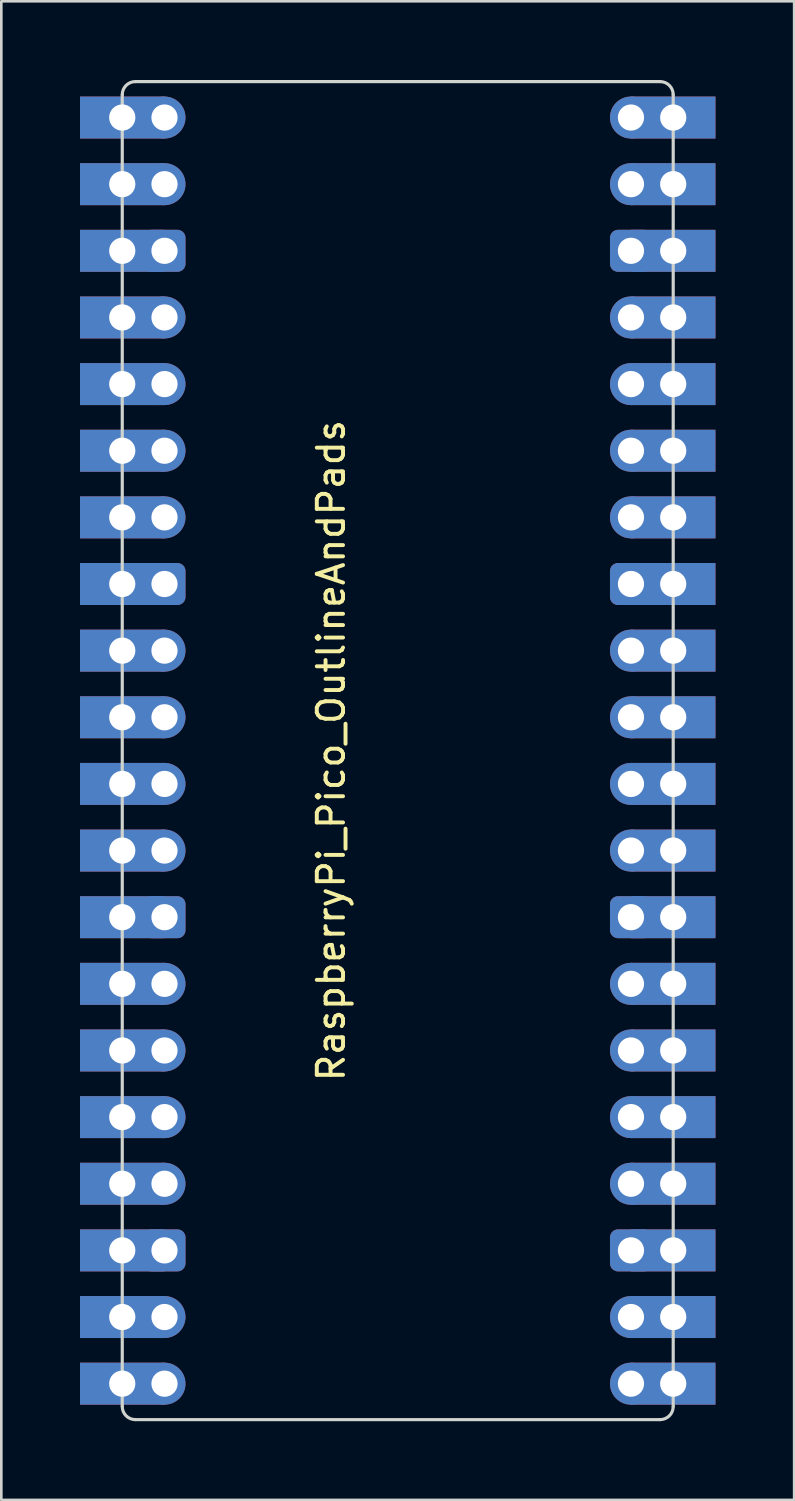
<source format=kicad_pcb>
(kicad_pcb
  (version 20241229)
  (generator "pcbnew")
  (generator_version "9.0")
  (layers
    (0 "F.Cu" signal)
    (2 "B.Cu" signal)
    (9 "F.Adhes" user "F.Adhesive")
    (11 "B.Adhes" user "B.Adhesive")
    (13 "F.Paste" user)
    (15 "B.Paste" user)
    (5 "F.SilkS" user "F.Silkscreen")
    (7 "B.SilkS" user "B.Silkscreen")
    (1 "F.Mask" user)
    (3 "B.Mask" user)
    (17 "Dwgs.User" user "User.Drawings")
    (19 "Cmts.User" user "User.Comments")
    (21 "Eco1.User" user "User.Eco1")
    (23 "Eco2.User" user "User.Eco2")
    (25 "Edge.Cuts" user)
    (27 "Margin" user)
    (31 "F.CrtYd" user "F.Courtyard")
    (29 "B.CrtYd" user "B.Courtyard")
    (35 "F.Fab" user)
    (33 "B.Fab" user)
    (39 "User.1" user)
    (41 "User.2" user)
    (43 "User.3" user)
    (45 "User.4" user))
  (footprint "RaspberryPi_Pico_OutlineAndPads"
    (layer "F.Cu")
    (at 12.11 25.56)
    (property "Reference" "RaspberryPi_Pico_OutlineAndPads" (at -2.54 0 90) (unlocked yes) (layer "F.SilkS") (effects (font (size 1 1) (thickness 0.15))))
    (attr through_hole)
    (fp_line (start -10.5 -25) (end -10.5 25) (stroke (width 0.12) (type solid)) (layer "Edge.Cuts"))
    (fp_line (start -10 25.5) (end 10 25.5) (stroke (width 0.12) (type solid)) (layer "Edge.Cuts"))
    (fp_line (start 10 -25.5) (end -10 -25.5) (stroke (width 0.12) (type solid)) (layer "Edge.Cuts"))
    (fp_line (start 10.5 25) (end 10.5 -25) (stroke (width 0.12) (type solid)) (layer "Edge.Cuts"))
    (fp_arc (start -10.5 -25) (mid -10.353553 -25.353553) (end -10 -25.5) (stroke (width 0.12) (type solid)) (layer "Edge.Cuts"))
    (fp_arc (start -10 25.5) (mid -10.353553 25.353553) (end -10.5 25) (stroke (width 0.12) (type solid)) (layer "Edge.Cuts"))
    (fp_arc (start 10 -25.5) (mid 10.353553 -25.353553) (end 10.5 -25) (stroke (width 0.12) (type solid)) (layer "Edge.Cuts"))
    (fp_arc (start 10.5 25) (mid 10.353553 25.353553) (end 10 25.5) (stroke (width 0.12) (type solid)) (layer "Edge.Cuts"))
    (pad "1" thru_hole rect (at -10.5 -24.13) (size 3.22 1.6) (drill 1) (property pad_prop_castellated) (layers "*.Cu" "*.Mask"))
    (pad "1" thru_hole circle (at -8.89 -24.13) (size 1.6 1.6) (drill 1) (layers "*.Cu" "*.Mask"))
    (pad "2" thru_hole rect (at -10.5 -21.59) (size 3.22 1.6) (drill 1) (property pad_prop_castellated) (layers "*.Cu" "*.Mask"))
    (pad "2" thru_hole circle (at -8.89 -21.59) (size 1.6 1.6) (drill 1) (layers "*.Cu" "*.Mask"))
    (pad "3" thru_hole rect (at -10.5 -19.05) (size 3.22 1.6) (drill 1) (property pad_prop_castellated) (layers "*.Cu" "*.Mask"))
    (pad "3" thru_hole roundrect (at -8.89 -19.05) (size 1.6 1.6) (drill 1) (layers "*.Cu" "*.Mask") (roundrect_rratio 0.188))
    (pad "4" thru_hole rect (at -10.5 -16.51) (size 3.22 1.6) (drill 1) (property pad_prop_castellated) (layers "*.Cu" "*.Mask"))
    (pad "4" thru_hole circle (at -8.89 -16.51) (size 1.6 1.6) (drill 1) (layers "*.Cu" "*.Mask"))
    (pad "5" thru_hole rect (at -10.5 -13.97) (size 3.22 1.6) (drill 1) (property pad_prop_castellated) (layers "*.Cu" "*.Mask"))
    (pad "5" thru_hole circle (at -8.89 -13.97) (size 1.6 1.6) (drill 1) (layers "*.Cu" "*.Mask"))
    (pad "6" thru_hole rect (at -10.5 -11.43) (size 3.22 1.6) (drill 1) (property pad_prop_castellated) (layers "*.Cu" "*.Mask"))
    (pad "6" thru_hole circle (at -8.89 -11.43) (size 1.6 1.6) (drill 1) (layers "*.Cu" "*.Mask"))
    (pad "7" thru_hole rect (at -10.5 -8.89) (size 3.22 1.6) (drill 1) (property pad_prop_castellated) (layers "*.Cu" "*.Mask"))
    (pad "7" thru_hole circle (at -8.89 -8.89) (size 1.6 1.6) (drill 1) (layers "*.Cu" "*.Mask"))
    (pad "8" thru_hole rect (at -10.5 -6.35) (size 3.22 1.6) (drill 1) (property pad_prop_castellated) (layers "*.Cu" "*.Mask"))
    (pad "8" thru_hole roundrect (at -8.89 -6.35) (size 1.6 1.6) (drill 1) (layers "*.Cu" "*.Mask") (roundrect_rratio 0.188))
    (pad "9" thru_hole rect (at -10.5 -3.81) (size 3.22 1.6) (drill 1) (property pad_prop_castellated) (layers "*.Cu" "*.Mask"))
    (pad "9" thru_hole circle (at -8.89 -3.81) (size 1.6 1.6) (drill 1) (layers "*.Cu" "*.Mask"))
    (pad "10" thru_hole rect (at -10.5 -1.27) (size 3.22 1.6) (drill 1) (property pad_prop_castellated) (layers "*.Cu" "*.Mask"))
    (pad "10" thru_hole circle (at -8.89 -1.27) (size 1.6 1.6) (drill 1) (layers "*.Cu" "*.Mask"))
    (pad "11" thru_hole rect (at -10.5 1.27) (size 3.22 1.6) (drill 1) (property pad_prop_castellated) (layers "*.Cu" "*.Mask"))
    (pad "11" thru_hole circle (at -8.89 1.27) (size 1.6 1.6) (drill 1) (layers "*.Cu" "*.Mask"))
    (pad "12" thru_hole rect (at -10.5 3.81) (size 3.22 1.6) (drill 1) (property pad_prop_castellated) (layers "*.Cu" "*.Mask"))
    (pad "12" thru_hole circle (at -8.89 3.81) (size 1.6 1.6) (drill 1) (layers "*.Cu" "*.Mask"))
    (pad "13" thru_hole rect (at -10.5 6.35) (size 3.22 1.6) (drill 1) (property pad_prop_castellated) (layers "*.Cu" "*.Mask"))
    (pad "13" thru_hole roundrect (at -8.89 6.35) (size 1.6 1.6) (drill 1) (layers "*.Cu" "*.Mask") (roundrect_rratio 0.188))
    (pad "14" thru_hole rect (at -10.5 8.89) (size 3.22 1.6) (drill 1) (property pad_prop_castellated) (layers "*.Cu" "*.Mask"))
    (pad "14" thru_hole circle (at -8.89 8.89) (size 1.6 1.6) (drill 1) (layers "*.Cu" "*.Mask"))
    (pad "15" thru_hole rect (at -10.5 11.43) (size 3.22 1.6) (drill 1) (property pad_prop_castellated) (layers "*.Cu" "*.Mask"))
    (pad "15" thru_hole circle (at -8.89 11.43) (size 1.6 1.6) (drill 1) (layers "*.Cu" "*.Mask"))
    (pad "16" thru_hole rect (at -10.5 13.97) (size 3.22 1.6) (drill 1) (property pad_prop_castellated) (layers "*.Cu" "*.Mask"))
    (pad "16" thru_hole circle (at -8.89 13.97) (size 1.6 1.6) (drill 1) (layers "*.Cu" "*.Mask"))
    (pad "17" thru_hole rect (at -10.5 16.51) (size 3.22 1.6) (drill 1) (property pad_prop_castellated) (layers "*.Cu" "*.Mask"))
    (pad "17" thru_hole circle (at -8.89 16.51) (size 1.6 1.6) (drill 1) (layers "*.Cu" "*.Mask"))
    (pad "18" thru_hole rect (at -10.5 19.05) (size 3.22 1.6) (drill 1) (property pad_prop_castellated) (layers "*.Cu" "*.Mask"))
    (pad "18" thru_hole roundrect (at -8.89 19.05) (size 1.6 1.6) (drill 1) (layers "*.Cu" "*.Mask") (roundrect_rratio 0.188))
    (pad "19" thru_hole rect (at -10.5 21.59) (size 3.22 1.6) (drill 1) (property pad_prop_castellated) (layers "*.Cu" "*.Mask"))
    (pad "19" thru_hole circle (at -8.89 21.59) (size 1.6 1.6) (drill 1) (layers "*.Cu" "*.Mask"))
    (pad "20" thru_hole rect (at -10.5 24.13) (size 3.22 1.6) (drill 1) (property pad_prop_castellated) (layers "*.Cu" "*.Mask"))
    (pad "20" thru_hole circle (at -8.89 24.13) (size 1.6 1.6) (drill 1) (layers "*.Cu" "*.Mask"))
    (pad "21" thru_hole circle (at 8.89 24.13) (size 1.6 1.6) (drill 1) (layers "*.Cu" "*.Mask"))
    (pad "21" thru_hole rect (at 10.5 24.13) (size 3.22 1.6) (drill 1) (property pad_prop_castellated) (layers "*.Cu" "*.Mask"))
    (pad "22" thru_hole circle (at 8.89 21.59) (size 1.6 1.6) (drill 1) (layers "*.Cu" "*.Mask"))
    (pad "22" thru_hole rect (at 10.5 21.59) (size 3.22 1.6) (drill 1) (property pad_prop_castellated) (layers "*.Cu" "*.Mask"))
    (pad "23" thru_hole roundrect (at 8.89 19.05) (size 1.6 1.6) (drill 1) (layers "*.Cu" "*.Mask") (roundrect_rratio 0.188))
    (pad "23" thru_hole rect (at 10.5 19.05) (size 3.22 1.6) (drill 1) (property pad_prop_castellated) (layers "*.Cu" "*.Mask"))
    (pad "24" thru_hole circle (at 8.89 16.51) (size 1.6 1.6) (drill 1) (layers "*.Cu" "*.Mask"))
    (pad "24" thru_hole rect (at 10.5 16.51) (size 3.22 1.6) (drill 1) (property pad_prop_castellated) (layers "*.Cu" "*.Mask"))
    (pad "25" thru_hole circle (at 8.89 13.97) (size 1.6 1.6) (drill 1) (layers "*.Cu" "*.Mask"))
    (pad "25" thru_hole rect (at 10.5 13.97) (size 3.22 1.6) (drill 1) (property pad_prop_castellated) (layers "*.Cu" "*.Mask"))
    (pad "26" thru_hole circle (at 8.89 11.43) (size 1.6 1.6) (drill 1) (layers "*.Cu" "*.Mask"))
    (pad "26" thru_hole rect (at 10.5 11.43) (size 3.22 1.6) (drill 1) (property pad_prop_castellated) (layers "*.Cu" "*.Mask"))
    (pad "27" thru_hole circle (at 8.89 8.89) (size 1.6 1.6) (drill 1) (layers "*.Cu" "*.Mask"))
    (pad "27" thru_hole rect (at 10.5 8.89) (size 3.22 1.6) (drill 1) (property pad_prop_castellated) (layers "*.Cu" "*.Mask"))
    (pad "28" thru_hole roundrect (at 8.89 6.35) (size 1.6 1.6) (drill 1) (layers "*.Cu" "*.Mask") (roundrect_rratio 0.188))
    (pad "28" thru_hole rect (at 10.5 6.35) (size 3.22 1.6) (drill 1) (property pad_prop_castellated) (layers "*.Cu" "*.Mask"))
    (pad "29" thru_hole circle (at 8.89 3.81) (size 1.6 1.6) (drill 1) (layers "*.Cu" "*.Mask"))
    (pad "29" thru_hole rect (at 10.5 3.81) (size 3.22 1.6) (drill 1) (property pad_prop_castellated) (layers "*.Cu" "*.Mask"))
    (pad "30" thru_hole circle (at 8.89 1.27) (size 1.6 1.6) (drill 1) (layers "*.Cu" "*.Mask"))
    (pad "30" thru_hole rect (at 10.5 1.27) (size 3.22 1.6) (drill 1) (property pad_prop_castellated) (layers "*.Cu" "*.Mask"))
    (pad "31" thru_hole circle (at 8.89 -1.27) (size 1.6 1.6) (drill 1) (layers "*.Cu" "*.Mask"))
    (pad "31" thru_hole rect (at 10.5 -1.27) (size 3.22 1.6) (drill 1) (property pad_prop_castellated) (layers "*.Cu" "*.Mask"))
    (pad "32" thru_hole circle (at 8.89 -3.81) (size 1.6 1.6) (drill 1) (layers "*.Cu" "*.Mask"))
    (pad "32" thru_hole rect (at 10.5 -3.81) (size 3.22 1.6) (drill 1) (property pad_prop_castellated) (layers "*.Cu" "*.Mask"))
    (pad "33" thru_hole roundrect (at 8.89 -6.35) (size 1.6 1.6) (drill 1) (layers "*.Cu" "*.Mask") (roundrect_rratio 0.188))
    (pad "33" thru_hole rect (at 10.5 -6.35) (size 3.22 1.6) (drill 1) (property pad_prop_castellated) (layers "*.Cu" "*.Mask"))
    (pad "34" thru_hole circle (at 8.89 -8.89) (size 1.6 1.6) (drill 1) (layers "*.Cu" "*.Mask"))
    (pad "34" thru_hole rect (at 10.5 -8.89) (size 3.22 1.6) (drill 1) (property pad_prop_castellated) (layers "*.Cu" "*.Mask"))
    (pad "35" thru_hole circle (at 8.89 -11.43) (size 1.6 1.6) (drill 1) (layers "*.Cu" "*.Mask"))
    (pad "35" thru_hole rect (at 10.5 -11.43) (size 3.22 1.6) (drill 1) (property pad_prop_castellated) (layers "*.Cu" "*.Mask"))
    (pad "36" thru_hole circle (at 8.89 -13.97) (size 1.6 1.6) (drill 1) (layers "*.Cu" "*.Mask"))
    (pad "36" thru_hole rect (at 10.5 -13.97) (size 3.22 1.6) (drill 1) (property pad_prop_castellated) (layers "*.Cu" "*.Mask"))
    (pad "37" thru_hole circle (at 8.89 -16.51) (size 1.6 1.6) (drill 1) (layers "*.Cu" "*.Mask"))
    (pad "37" thru_hole rect (at 10.5 -16.51) (size 3.22 1.6) (drill 1) (property pad_prop_castellated) (layers "*.Cu" "*.Mask"))
    (pad "38" thru_hole roundrect (at 8.89 -19.05) (size 1.6 1.6) (drill 1) (layers "*.Cu" "*.Mask") (roundrect_rratio 0.188))
    (pad "38" thru_hole rect (at 10.5 -19.05) (size 3.22 1.6) (drill 1) (property pad_prop_castellated) (layers "*.Cu" "*.Mask"))
    (pad "39" thru_hole circle (at 8.89 -21.59) (size 1.6 1.6) (drill 1) (layers "*.Cu" "*.Mask"))
    (pad "39" thru_hole rect (at 10.5 -21.59) (size 3.22 1.6) (drill 1) (property pad_prop_castellated) (layers "*.Cu" "*.Mask"))
    (pad "40" thru_hole circle (at 8.89 -24.13) (size 1.6 1.6) (drill 1) (layers "*.Cu" "*.Mask"))
    (pad "40" thru_hole rect (at 10.5 -24.13) (size 3.22 1.6) (drill 1) (property pad_prop_castellated) (layers "*.Cu" "*.Mask")))
  (gr_rect
    (start -3 -3)
    (end 27.22 54.12)
    (stroke (width 0.1) (type default))
    (fill no)
    (layer "Edge.Cuts")))
</source>
